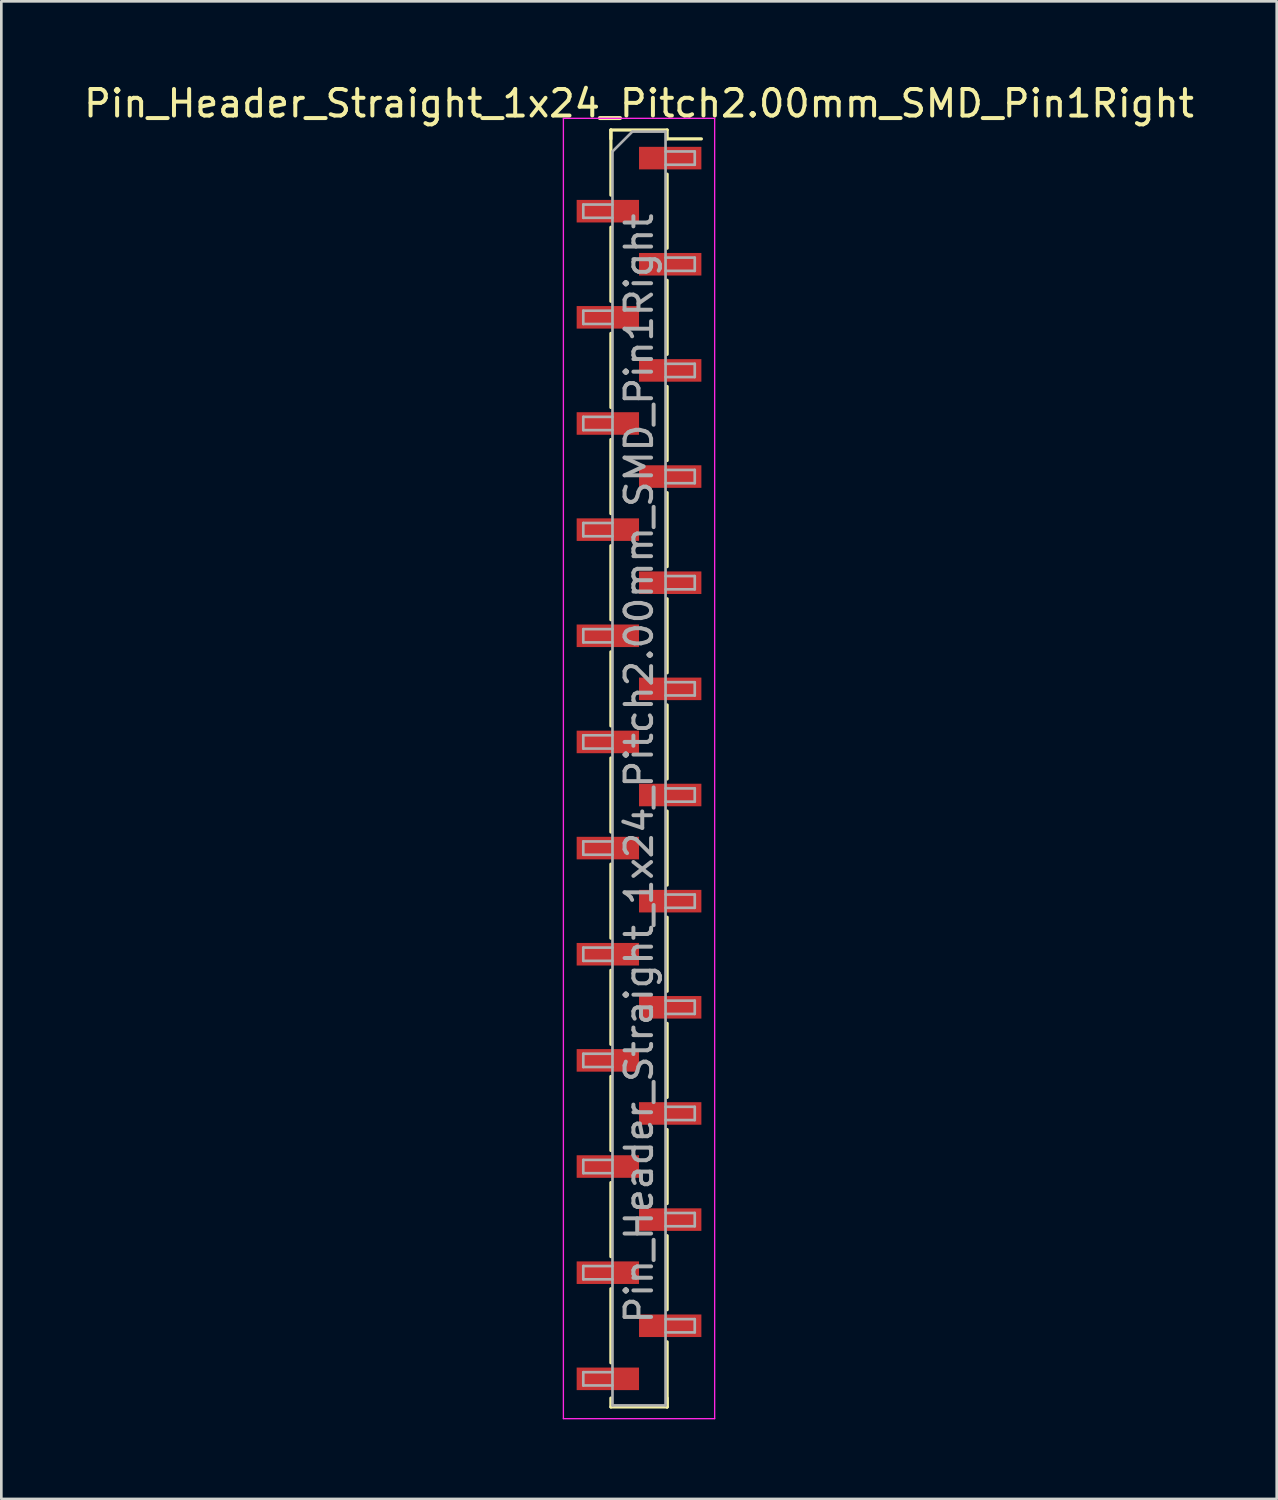
<source format=kicad_pcb>
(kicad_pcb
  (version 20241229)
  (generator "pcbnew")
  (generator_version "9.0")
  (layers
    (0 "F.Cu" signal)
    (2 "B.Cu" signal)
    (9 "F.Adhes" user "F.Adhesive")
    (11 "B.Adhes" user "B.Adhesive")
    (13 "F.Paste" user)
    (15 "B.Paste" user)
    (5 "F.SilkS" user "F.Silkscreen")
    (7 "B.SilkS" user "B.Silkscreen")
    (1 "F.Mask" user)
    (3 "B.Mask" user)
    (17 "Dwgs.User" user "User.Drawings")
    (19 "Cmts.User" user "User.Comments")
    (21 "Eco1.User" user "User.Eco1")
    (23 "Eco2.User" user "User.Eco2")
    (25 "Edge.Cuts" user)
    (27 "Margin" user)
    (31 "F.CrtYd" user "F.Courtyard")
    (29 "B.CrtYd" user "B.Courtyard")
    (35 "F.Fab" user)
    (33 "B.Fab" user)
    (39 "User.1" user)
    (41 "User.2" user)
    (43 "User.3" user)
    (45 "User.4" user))
  (footprint "Pin_Header_Straight_1x24_Pitch2.00mm_SMD_Pin1Right"
    (layer "F.Cu")
    (at 21.03 25.908)
    (property "Reference" "Pin_Header_Straight_1x24_Pitch2.00mm_SMD_Pin1Right" (at 0 -25.06 0) (layer "F.SilkS") (effects (font (size 1 1) (thickness 0.15))))
    (attr smd)
    (fp_line (start -1.06 -24.06) (end -1.06 -21.605) (stroke (width 0.12) (type solid)) (layer "F.SilkS"))
    (fp_line (start -1.06 -24.06) (end 1.06 -24.06) (stroke (width 0.12) (type solid)) (layer "F.SilkS"))
    (fp_line (start -1.06 -23.725) (end -1.06 -24.06) (stroke (width 0.12) (type solid)) (layer "F.SilkS"))
    (fp_line (start -1.06 -20.395) (end -1.06 -17.605) (stroke (width 0.12) (type solid)) (layer "F.SilkS"))
    (fp_line (start -1.06 -16.395) (end -1.06 -13.605) (stroke (width 0.12) (type solid)) (layer "F.SilkS"))
    (fp_line (start -1.06 -12.395) (end -1.06 -9.605) (stroke (width 0.12) (type solid)) (layer "F.SilkS"))
    (fp_line (start -1.06 -8.395) (end -1.06 -5.605) (stroke (width 0.12) (type solid)) (layer "F.SilkS"))
    (fp_line (start -1.06 -4.395) (end -1.06 -1.605) (stroke (width 0.12) (type solid)) (layer "F.SilkS"))
    (fp_line (start -1.06 -0.395) (end -1.06 2.395) (stroke (width 0.12) (type solid)) (layer "F.SilkS"))
    (fp_line (start -1.06 3.605) (end -1.06 6.395) (stroke (width 0.12) (type solid)) (layer "F.SilkS"))
    (fp_line (start -1.06 7.605) (end -1.06 10.395) (stroke (width 0.12) (type solid)) (layer "F.SilkS"))
    (fp_line (start -1.06 11.605) (end -1.06 14.395) (stroke (width 0.12) (type solid)) (layer "F.SilkS"))
    (fp_line (start -1.06 15.605) (end -1.06 18.395) (stroke (width 0.12) (type solid)) (layer "F.SilkS"))
    (fp_line (start -1.06 19.605) (end -1.06 22.395) (stroke (width 0.12) (type solid)) (layer "F.SilkS"))
    (fp_line (start -1.06 23.725) (end -1.06 24.06) (stroke (width 0.12) (type solid)) (layer "F.SilkS"))
    (fp_line (start -1.06 24.06) (end 1.06 24.06) (stroke (width 0.12) (type solid)) (layer "F.SilkS"))
    (fp_line (start 1.06 -24.06) (end 1.06 -23.725) (stroke (width 0.12) (type solid)) (layer "F.SilkS"))
    (fp_line (start 1.06 -23.725) (end 2.35 -23.725) (stroke (width 0.12) (type solid)) (layer "F.SilkS"))
    (fp_line (start 1.06 -22.395) (end 1.06 -19.605) (stroke (width 0.12) (type solid)) (layer "F.SilkS"))
    (fp_line (start 1.06 -18.395) (end 1.06 -15.605) (stroke (width 0.12) (type solid)) (layer "F.SilkS"))
    (fp_line (start 1.06 -14.395) (end 1.06 -11.605) (stroke (width 0.12) (type solid)) (layer "F.SilkS"))
    (fp_line (start 1.06 -10.395) (end 1.06 -7.605) (stroke (width 0.12) (type solid)) (layer "F.SilkS"))
    (fp_line (start 1.06 -6.395) (end 1.06 -3.605) (stroke (width 0.12) (type solid)) (layer "F.SilkS"))
    (fp_line (start 1.06 -2.395) (end 1.06 0.395) (stroke (width 0.12) (type solid)) (layer "F.SilkS"))
    (fp_line (start 1.06 1.605) (end 1.06 4.395) (stroke (width 0.12) (type solid)) (layer "F.SilkS"))
    (fp_line (start 1.06 5.605) (end 1.06 8.395) (stroke (width 0.12) (type solid)) (layer "F.SilkS"))
    (fp_line (start 1.06 9.605) (end 1.06 12.395) (stroke (width 0.12) (type solid)) (layer "F.SilkS"))
    (fp_line (start 1.06 13.605) (end 1.06 16.395) (stroke (width 0.12) (type solid)) (layer "F.SilkS"))
    (fp_line (start 1.06 17.605) (end 1.06 20.395) (stroke (width 0.12) (type solid)) (layer "F.SilkS"))
    (fp_line (start 1.06 21.605) (end 1.06 24.06) (stroke (width 0.12) (type solid)) (layer "F.SilkS"))
    (fp_line (start 1.06 24.06) (end 1.06 23.725) (stroke (width 0.12) (type solid)) (layer "F.SilkS"))
    (fp_line (start -2.85 -24.5) (end -2.85 24.5) (stroke (width 0.05) (type solid)) (layer "F.CrtYd"))
    (fp_line (start -2.85 24.5) (end 2.85 24.5) (stroke (width 0.05) (type solid)) (layer "F.CrtYd"))
    (fp_line (start 2.85 -24.5) (end -2.85 -24.5) (stroke (width 0.05) (type solid)) (layer "F.CrtYd"))
    (fp_line (start 2.85 24.5) (end 2.85 -24.5) (stroke (width 0.05) (type solid)) (layer "F.CrtYd"))
    (fp_line (start -2.1 -21.25) (end -2.1 -20.75) (stroke (width 0.1) (type solid)) (layer "F.Fab"))
    (fp_line (start -2.1 -20.75) (end -1 -20.75) (stroke (width 0.1) (type solid)) (layer "F.Fab"))
    (fp_line (start -2.1 -17.25) (end -2.1 -16.75) (stroke (width 0.1) (type solid)) (layer "F.Fab"))
    (fp_line (start -2.1 -16.75) (end -1 -16.75) (stroke (width 0.1) (type solid)) (layer "F.Fab"))
    (fp_line (start -2.1 -13.25) (end -2.1 -12.75) (stroke (width 0.1) (type solid)) (layer "F.Fab"))
    (fp_line (start -2.1 -12.75) (end -1 -12.75) (stroke (width 0.1) (type solid)) (layer "F.Fab"))
    (fp_line (start -2.1 -9.25) (end -2.1 -8.75) (stroke (width 0.1) (type solid)) (layer "F.Fab"))
    (fp_line (start -2.1 -8.75) (end -1 -8.75) (stroke (width 0.1) (type solid)) (layer "F.Fab"))
    (fp_line (start -2.1 -5.25) (end -2.1 -4.75) (stroke (width 0.1) (type solid)) (layer "F.Fab"))
    (fp_line (start -2.1 -4.75) (end -1 -4.75) (stroke (width 0.1) (type solid)) (layer "F.Fab"))
    (fp_line (start -2.1 -1.25) (end -2.1 -0.75) (stroke (width 0.1) (type solid)) (layer "F.Fab"))
    (fp_line (start -2.1 -0.75) (end -1 -0.75) (stroke (width 0.1) (type solid)) (layer "F.Fab"))
    (fp_line (start -2.1 2.75) (end -2.1 3.25) (stroke (width 0.1) (type solid)) (layer "F.Fab"))
    (fp_line (start -2.1 3.25) (end -1 3.25) (stroke (width 0.1) (type solid)) (layer "F.Fab"))
    (fp_line (start -2.1 6.75) (end -2.1 7.25) (stroke (width 0.1) (type solid)) (layer "F.Fab"))
    (fp_line (start -2.1 7.25) (end -1 7.25) (stroke (width 0.1) (type solid)) (layer "F.Fab"))
    (fp_line (start -2.1 10.75) (end -2.1 11.25) (stroke (width 0.1) (type solid)) (layer "F.Fab"))
    (fp_line (start -2.1 11.25) (end -1 11.25) (stroke (width 0.1) (type solid)) (layer "F.Fab"))
    (fp_line (start -2.1 14.75) (end -2.1 15.25) (stroke (width 0.1) (type solid)) (layer "F.Fab"))
    (fp_line (start -2.1 15.25) (end -1 15.25) (stroke (width 0.1) (type solid)) (layer "F.Fab"))
    (fp_line (start -2.1 18.75) (end -2.1 19.25) (stroke (width 0.1) (type solid)) (layer "F.Fab"))
    (fp_line (start -2.1 19.25) (end -1 19.25) (stroke (width 0.1) (type solid)) (layer "F.Fab"))
    (fp_line (start -2.1 22.75) (end -2.1 23.25) (stroke (width 0.1) (type solid)) (layer "F.Fab"))
    (fp_line (start -2.1 23.25) (end -1 23.25) (stroke (width 0.1) (type solid)) (layer "F.Fab"))
    (fp_line (start -1 -23.25) (end -0.25 -24) (stroke (width 0.1) (type solid)) (layer "F.Fab"))
    (fp_line (start -1 -21.25) (end -2.1 -21.25) (stroke (width 0.1) (type solid)) (layer "F.Fab"))
    (fp_line (start -1 -17.25) (end -2.1 -17.25) (stroke (width 0.1) (type solid)) (layer "F.Fab"))
    (fp_line (start -1 -13.25) (end -2.1 -13.25) (stroke (width 0.1) (type solid)) (layer "F.Fab"))
    (fp_line (start -1 -9.25) (end -2.1 -9.25) (stroke (width 0.1) (type solid)) (layer "F.Fab"))
    (fp_line (start -1 -5.25) (end -2.1 -5.25) (stroke (width 0.1) (type solid)) (layer "F.Fab"))
    (fp_line (start -1 -1.25) (end -2.1 -1.25) (stroke (width 0.1) (type solid)) (layer "F.Fab"))
    (fp_line (start -1 2.75) (end -2.1 2.75) (stroke (width 0.1) (type solid)) (layer "F.Fab"))
    (fp_line (start -1 6.75) (end -2.1 6.75) (stroke (width 0.1) (type solid)) (layer "F.Fab"))
    (fp_line (start -1 10.75) (end -2.1 10.75) (stroke (width 0.1) (type solid)) (layer "F.Fab"))
    (fp_line (start -1 14.75) (end -2.1 14.75) (stroke (width 0.1) (type solid)) (layer "F.Fab"))
    (fp_line (start -1 18.75) (end -2.1 18.75) (stroke (width 0.1) (type solid)) (layer "F.Fab"))
    (fp_line (start -1 22.75) (end -2.1 22.75) (stroke (width 0.1) (type solid)) (layer "F.Fab"))
    (fp_line (start -1 24) (end -1 -23.25) (stroke (width 0.1) (type solid)) (layer "F.Fab"))
    (fp_line (start -0.25 -24) (end 1 -24) (stroke (width 0.1) (type solid)) (layer "F.Fab"))
    (fp_line (start 1 -24) (end 1 24) (stroke (width 0.1) (type solid)) (layer "F.Fab"))
    (fp_line (start 1 -23.25) (end 2.1 -23.25) (stroke (width 0.1) (type solid)) (layer "F.Fab"))
    (fp_line (start 1 -19.25) (end 2.1 -19.25) (stroke (width 0.1) (type solid)) (layer "F.Fab"))
    (fp_line (start 1 -15.25) (end 2.1 -15.25) (stroke (width 0.1) (type solid)) (layer "F.Fab"))
    (fp_line (start 1 -11.25) (end 2.1 -11.25) (stroke (width 0.1) (type solid)) (layer "F.Fab"))
    (fp_line (start 1 -7.25) (end 2.1 -7.25) (stroke (width 0.1) (type solid)) (layer "F.Fab"))
    (fp_line (start 1 -3.25) (end 2.1 -3.25) (stroke (width 0.1) (type solid)) (layer "F.Fab"))
    (fp_line (start 1 0.75) (end 2.1 0.75) (stroke (width 0.1) (type solid)) (layer "F.Fab"))
    (fp_line (start 1 4.75) (end 2.1 4.75) (stroke (width 0.1) (type solid)) (layer "F.Fab"))
    (fp_line (start 1 8.75) (end 2.1 8.75) (stroke (width 0.1) (type solid)) (layer "F.Fab"))
    (fp_line (start 1 12.75) (end 2.1 12.75) (stroke (width 0.1) (type solid)) (layer "F.Fab"))
    (fp_line (start 1 16.75) (end 2.1 16.75) (stroke (width 0.1) (type solid)) (layer "F.Fab"))
    (fp_line (start 1 20.75) (end 2.1 20.75) (stroke (width 0.1) (type solid)) (layer "F.Fab"))
    (fp_line (start 1 24) (end -1 24) (stroke (width 0.1) (type solid)) (layer "F.Fab"))
    (fp_line (start 2.1 -23.25) (end 2.1 -22.75) (stroke (width 0.1) (type solid)) (layer "F.Fab"))
    (fp_line (start 2.1 -22.75) (end 1 -22.75) (stroke (width 0.1) (type solid)) (layer "F.Fab"))
    (fp_line (start 2.1 -19.25) (end 2.1 -18.75) (stroke (width 0.1) (type solid)) (layer "F.Fab"))
    (fp_line (start 2.1 -18.75) (end 1 -18.75) (stroke (width 0.1) (type solid)) (layer "F.Fab"))
    (fp_line (start 2.1 -15.25) (end 2.1 -14.75) (stroke (width 0.1) (type solid)) (layer "F.Fab"))
    (fp_line (start 2.1 -14.75) (end 1 -14.75) (stroke (width 0.1) (type solid)) (layer "F.Fab"))
    (fp_line (start 2.1 -11.25) (end 2.1 -10.75) (stroke (width 0.1) (type solid)) (layer "F.Fab"))
    (fp_line (start 2.1 -10.75) (end 1 -10.75) (stroke (width 0.1) (type solid)) (layer "F.Fab"))
    (fp_line (start 2.1 -7.25) (end 2.1 -6.75) (stroke (width 0.1) (type solid)) (layer "F.Fab"))
    (fp_line (start 2.1 -6.75) (end 1 -6.75) (stroke (width 0.1) (type solid)) (layer "F.Fab"))
    (fp_line (start 2.1 -3.25) (end 2.1 -2.75) (stroke (width 0.1) (type solid)) (layer "F.Fab"))
    (fp_line (start 2.1 -2.75) (end 1 -2.75) (stroke (width 0.1) (type solid)) (layer "F.Fab"))
    (fp_line (start 2.1 0.75) (end 2.1 1.25) (stroke (width 0.1) (type solid)) (layer "F.Fab"))
    (fp_line (start 2.1 1.25) (end 1 1.25) (stroke (width 0.1) (type solid)) (layer "F.Fab"))
    (fp_line (start 2.1 4.75) (end 2.1 5.25) (stroke (width 0.1) (type solid)) (layer "F.Fab"))
    (fp_line (start 2.1 5.25) (end 1 5.25) (stroke (width 0.1) (type solid)) (layer "F.Fab"))
    (fp_line (start 2.1 8.75) (end 2.1 9.25) (stroke (width 0.1) (type solid)) (layer "F.Fab"))
    (fp_line (start 2.1 9.25) (end 1 9.25) (stroke (width 0.1) (type solid)) (layer "F.Fab"))
    (fp_line (start 2.1 12.75) (end 2.1 13.25) (stroke (width 0.1) (type solid)) (layer "F.Fab"))
    (fp_line (start 2.1 13.25) (end 1 13.25) (stroke (width 0.1) (type solid)) (layer "F.Fab"))
    (fp_line (start 2.1 16.75) (end 2.1 17.25) (stroke (width 0.1) (type solid)) (layer "F.Fab"))
    (fp_line (start 2.1 17.25) (end 1 17.25) (stroke (width 0.1) (type solid)) (layer "F.Fab"))
    (fp_line (start 2.1 20.75) (end 2.1 21.25) (stroke (width 0.1) (type solid)) (layer "F.Fab"))
    (fp_line (start 2.1 21.25) (end 1 21.25) (stroke (width 0.1) (type solid)) (layer "F.Fab"))
    (fp_text user "${REFERENCE}" (at 0 0 90) (layer "F.Fab") (effects (font (size 1 1) (thickness 0.15))))
    (pad "1" smd rect (at 1.175 -23) (size 2.35 0.85) (layers "F.Cu" "F.Mask" "F.Paste"))
    (pad "2" smd rect (at -1.175 -21) (size 2.35 0.85) (layers "F.Cu" "F.Mask" "F.Paste"))
    (pad "3" smd rect (at 1.175 -19) (size 2.35 0.85) (layers "F.Cu" "F.Mask" "F.Paste"))
    (pad "4" smd rect (at -1.175 -17) (size 2.35 0.85) (layers "F.Cu" "F.Mask" "F.Paste"))
    (pad "5" smd rect (at 1.175 -15) (size 2.35 0.85) (layers "F.Cu" "F.Mask" "F.Paste"))
    (pad "6" smd rect (at -1.175 -13) (size 2.35 0.85) (layers "F.Cu" "F.Mask" "F.Paste"))
    (pad "7" smd rect (at 1.175 -11) (size 2.35 0.85) (layers "F.Cu" "F.Mask" "F.Paste"))
    (pad "8" smd rect (at -1.175 -9) (size 2.35 0.85) (layers "F.Cu" "F.Mask" "F.Paste"))
    (pad "9" smd rect (at 1.175 -7) (size 2.35 0.85) (layers "F.Cu" "F.Mask" "F.Paste"))
    (pad "10" smd rect (at -1.175 -5) (size 2.35 0.85) (layers "F.Cu" "F.Mask" "F.Paste"))
    (pad "11" smd rect (at 1.175 -3) (size 2.35 0.85) (layers "F.Cu" "F.Mask" "F.Paste"))
    (pad "12" smd rect (at -1.175 -1) (size 2.35 0.85) (layers "F.Cu" "F.Mask" "F.Paste"))
    (pad "13" smd rect (at 1.175 1) (size 2.35 0.85) (layers "F.Cu" "F.Mask" "F.Paste"))
    (pad "14" smd rect (at -1.175 3) (size 2.35 0.85) (layers "F.Cu" "F.Mask" "F.Paste"))
    (pad "15" smd rect (at 1.175 5) (size 2.35 0.85) (layers "F.Cu" "F.Mask" "F.Paste"))
    (pad "16" smd rect (at -1.175 7) (size 2.35 0.85) (layers "F.Cu" "F.Mask" "F.Paste"))
    (pad "17" smd rect (at 1.175 9) (size 2.35 0.85) (layers "F.Cu" "F.Mask" "F.Paste"))
    (pad "18" smd rect (at -1.175 11) (size 2.35 0.85) (layers "F.Cu" "F.Mask" "F.Paste"))
    (pad "19" smd rect (at 1.175 13) (size 2.35 0.85) (layers "F.Cu" "F.Mask" "F.Paste"))
    (pad "20" smd rect (at -1.175 15) (size 2.35 0.85) (layers "F.Cu" "F.Mask" "F.Paste"))
    (pad "21" smd rect (at 1.175 17) (size 2.35 0.85) (layers "F.Cu" "F.Mask" "F.Paste"))
    (pad "22" smd rect (at -1.175 19) (size 2.35 0.85) (layers "F.Cu" "F.Mask" "F.Paste"))
    (pad "23" smd rect (at 1.175 21) (size 2.35 0.85) (layers "F.Cu" "F.Mask" "F.Paste"))
    (pad "24" smd rect (at -1.175 23) (size 2.35 0.85) (layers "F.Cu" "F.Mask" "F.Paste")))
  (gr_rect
    (start -3 -3)
    (end 45.06 53.433)
    (stroke (width 0.1) (type default))
    (fill no)
    (layer "Edge.Cuts")))
</source>
